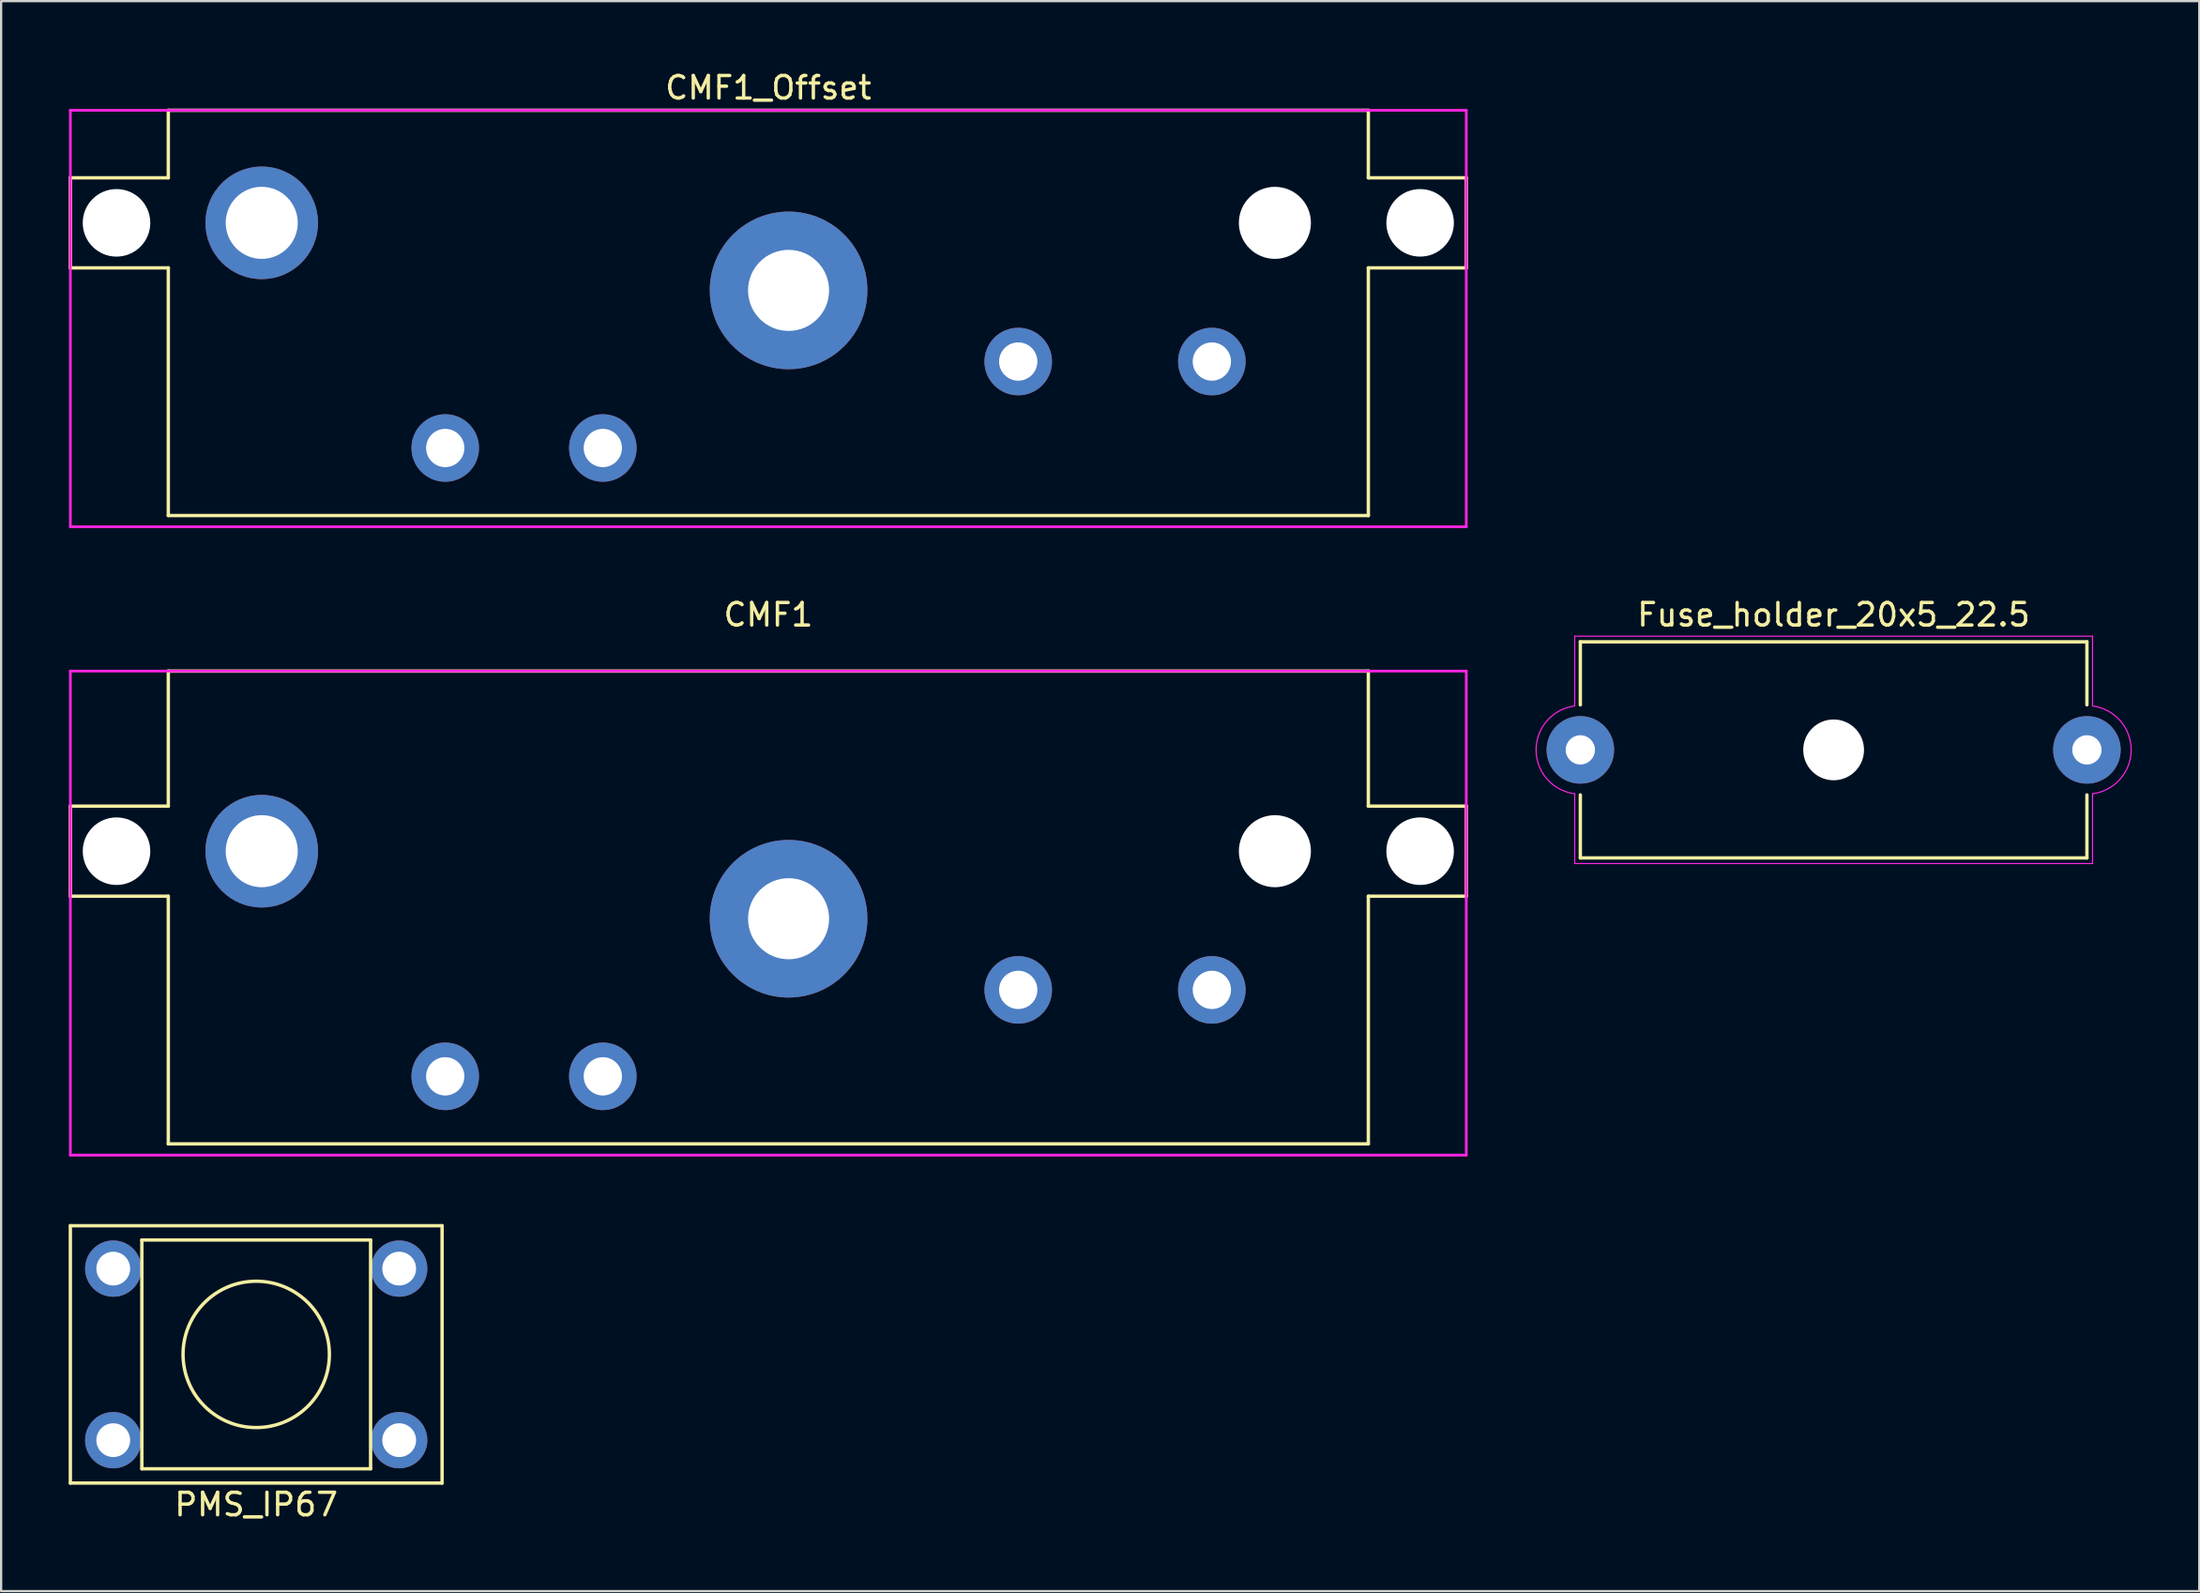
<source format=kicad_pcb>
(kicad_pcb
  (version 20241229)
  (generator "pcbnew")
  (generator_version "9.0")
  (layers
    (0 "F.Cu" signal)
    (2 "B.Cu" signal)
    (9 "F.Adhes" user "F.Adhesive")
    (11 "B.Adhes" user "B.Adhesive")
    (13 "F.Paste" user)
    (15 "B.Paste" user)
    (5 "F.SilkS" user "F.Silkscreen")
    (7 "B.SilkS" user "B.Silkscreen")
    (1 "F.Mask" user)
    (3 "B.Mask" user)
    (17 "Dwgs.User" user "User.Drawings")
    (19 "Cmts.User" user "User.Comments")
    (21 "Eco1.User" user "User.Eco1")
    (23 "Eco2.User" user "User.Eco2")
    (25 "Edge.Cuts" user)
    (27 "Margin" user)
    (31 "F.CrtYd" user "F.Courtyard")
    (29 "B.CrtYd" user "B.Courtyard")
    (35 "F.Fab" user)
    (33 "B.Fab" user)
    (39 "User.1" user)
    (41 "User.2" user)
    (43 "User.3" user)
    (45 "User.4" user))
  (footprint "CMF1_Offset"
    (layer "F.Cu")
    (at 31.075 1.848)
    (property "Reference" "CMF1_Offset" (at 0 -1 0) (layer "F.SilkS") (effects (font (size 1 1) (thickness 0.15))))
    (attr through_hole)
    (fp_line (start -31 3) (end -31 7) (stroke (width 0.15) (type solid)) (layer "F.SilkS"))
    (fp_line (start -31 3) (end -26.65 3) (stroke (width 0.15) (type solid)) (layer "F.SilkS"))
    (fp_line (start -31 7) (end -26.65 7) (stroke (width 0.15) (type solid)) (layer "F.SilkS"))
    (fp_line (start -26.65 0) (end -26.65 3) (stroke (width 0.15) (type solid)) (layer "F.SilkS"))
    (fp_line (start -26.65 0) (end 26.65 0) (stroke (width 0.15) (type solid)) (layer "F.SilkS"))
    (fp_line (start -26.65 7) (end -26.65 18) (stroke (width 0.15) (type solid)) (layer "F.SilkS"))
    (fp_line (start -26.65 18) (end 26.65 18) (stroke (width 0.15) (type solid)) (layer "F.SilkS"))
    (fp_line (start 26.65 0) (end 26.65 3) (stroke (width 0.15) (type solid)) (layer "F.SilkS"))
    (fp_line (start 26.65 7) (end 26.65 18) (stroke (width 0.15) (type solid)) (layer "F.SilkS"))
    (fp_line (start 31 3) (end 26.65 3) (stroke (width 0.15) (type solid)) (layer "F.SilkS"))
    (fp_line (start 31 3) (end 31 7) (stroke (width 0.15) (type solid)) (layer "F.SilkS"))
    (fp_line (start 31 7) (end 26.65 7) (stroke (width 0.15) (type solid)) (layer "F.SilkS"))
    (fp_line (start -31 0) (end 31 0) (stroke (width 0.12) (type solid)) (layer "F.CrtYd"))
    (fp_line (start -31 18.5) (end -31 0) (stroke (width 0.12) (type solid)) (layer "F.CrtYd"))
    (fp_line (start 31 0) (end 31 18.5) (stroke (width 0.12) (type solid)) (layer "F.CrtYd"))
    (fp_line (start 31 18.5) (end -31 18.5) (stroke (width 0.12) (type solid)) (layer "F.CrtYd"))
    (pad "" np_thru_hole circle (at -28.95 5) (size 3 3) (drill 3) (layers "*.Cu" "*.Mask"))
    (pad "" np_thru_hole circle (at -22.5 5) (size 5 5) (drill 3.2) (layers "*.Cu" "*.Mask"))
    (pad "" np_thru_hole circle (at 0.9 8) (size 7 7) (drill 3.6) (layers "*.Cu" "*.Mask"))
    (pad "" np_thru_hole circle (at 22.5 5) (size 3.2 3.2) (drill 3.2) (layers "*.Cu" "*.Mask"))
    (pad "" np_thru_hole circle (at 28.95 5) (size 3 3) (drill 3) (layers "*.Cu" "*.Mask"))
    (pad "1" thru_hole circle (at 11.1 11.16) (size 3 3) (drill 1.7) (layers "*.Cu" "*.Mask"))
    (pad "2" thru_hole circle (at 19.7 11.16) (size 3 3) (drill 1.7) (layers "*.Cu" "*.Mask"))
    (pad "3" thru_hole circle (at -14.35 15) (size 3 3) (drill 1.7) (layers "*.Cu" "*.Mask"))
    (pad "4" thru_hole circle (at -7.35 15) (size 3 3) (drill 1.7) (layers "*.Cu" "*.Mask")))
  (footprint "PMS_IP67"
    (layer "F.Cu")
    (at 8.33 57.106)
    (property "Reference" "PMS_IP67" (at 0 6.668 0) (layer "F.SilkS") (effects (font (size 1 1) (thickness 0.15))))
    (attr through_hole)
    (fp_line (start -8.255 -5.715) (end -8.255 5.715) (stroke (width 0.15) (type solid)) (layer "F.SilkS"))
    (fp_line (start -8.255 -5.715) (end 8.255 -5.715) (stroke (width 0.15) (type solid)) (layer "F.SilkS"))
    (fp_line (start -8.255 5.715) (end 8.255 5.715) (stroke (width 0.15) (type solid)) (layer "F.SilkS"))
    (fp_line (start -5.08 -5.08) (end -5.08 5.08) (stroke (width 0.15) (type solid)) (layer "F.SilkS"))
    (fp_line (start -5.08 -5.08) (end 5.08 -5.08) (stroke (width 0.15) (type solid)) (layer "F.SilkS"))
    (fp_line (start -5.08 5.08) (end 5.08 5.08) (stroke (width 0.15) (type solid)) (layer "F.SilkS"))
    (fp_line (start 5.08 -5.08) (end 5.08 5.08) (stroke (width 0.15) (type solid)) (layer "F.SilkS"))
    (fp_line (start 8.255 -5.715) (end 8.255 5.715) (stroke (width 0.15) (type solid)) (layer "F.SilkS"))
    (fp_circle (center 0 0) (end 3.25 0) (stroke (width 0.15) (type solid)) (fill no) (layer "F.SilkS"))
    (pad "1" thru_hole circle (at -6.35 -3.81) (size 2.5 2.5) (drill 1.5) (layers "*.Cu" "*.Mask"))
    (pad "2" thru_hole circle (at 6.35 -3.81) (size 2.5 2.5) (drill 1.5) (layers "*.Cu" "*.Mask"))
    (pad "3" thru_hole circle (at -6.35 3.81) (size 2.5 2.5) (drill 1.5) (layers "*.Cu" "*.Mask"))
    (pad "4" thru_hole circle (at 6.35 3.81) (size 2.5 2.5) (drill 1.5) (layers "*.Cu" "*.Mask")))
  (footprint "Fuse_holder_20x5_22.5"
    (layer "F.Cu")
    (at 67.141 30.256)
    (property "Reference" "Fuse_holder_20x5_22.5" (at 11.25 -6 0) (layer "F.SilkS") (effects (font (size 1 1) (thickness 0.15))))
    (attr through_hole)
    (fp_line (start 0 -4.8) (end 22.5 -4.8) (stroke (width 0.15) (type solid)) (layer "F.SilkS"))
    (fp_line (start 0 -2) (end 0 -4.8) (stroke (width 0.15) (type solid)) (layer "F.SilkS"))
    (fp_line (start 0 4.8) (end 0 2) (stroke (width 0.15) (type solid)) (layer "F.SilkS"))
    (fp_line (start 0 4.8) (end 22.5 4.8) (stroke (width 0.15) (type solid)) (layer "F.SilkS"))
    (fp_line (start 22.5 -2) (end 22.5 -4.8) (stroke (width 0.15) (type solid)) (layer "F.SilkS"))
    (fp_line (start 22.5 4.8) (end 22.5 2) (stroke (width 0.15) (type solid)) (layer "F.SilkS"))
    (fp_line (start -0.25 -5.05) (end 22.75 -5.05) (stroke (width 0.05) (type solid)) (layer "F.CrtYd"))
    (fp_line (start -0.25 -1.95) (end -0.25 -5.05) (stroke (width 0.05) (type solid)) (layer "F.CrtYd"))
    (fp_line (start -0.25 5.05) (end -0.25 1.95) (stroke (width 0.05) (type solid)) (layer "F.CrtYd"))
    (fp_line (start 22.75 -1.95) (end 22.75 -5.05) (stroke (width 0.05) (type solid)) (layer "F.CrtYd"))
    (fp_line (start 22.75 1.95) (end 22.75 5.05) (stroke (width 0.05) (type solid)) (layer "F.CrtYd"))
    (fp_line (start 22.75 5.05) (end -0.25 5.05) (stroke (width 0.05) (type solid)) (layer "F.CrtYd"))
    (fp_arc (start -0.25 1.95) (mid -1.96596 0.001518) (end -0.253011 -1.949612) (stroke (width 0.05) (type solid)) (layer "F.CrtYd"))
    (fp_arc (start 22.75 -1.95) (mid 24.46596 -0.001518) (end 22.753011 1.949612) (stroke (width 0.05) (type solid)) (layer "F.CrtYd"))
    (pad "" np_thru_hole circle (at 11.25 0) (size 2.7 2.7) (drill 2.7) (layers "*.Cu" "*.Mask"))
    (pad "1" thru_hole circle (at 0 0) (size 3 3) (drill 1.3) (layers "*.Cu" "*.Mask"))
    (pad "2" thru_hole circle (at 22.5 0) (size 3 3) (drill 1.3) (layers "*.Cu" "*.Mask")))
  (footprint "CMF1"
    (layer "F.Cu")
    (at 31.075 26.756)
    (property "Reference" "CMF1" (at 0 -2.5 0) (layer "F.SilkS") (effects (font (size 1 1) (thickness 0.15))))
    (attr through_hole)
    (fp_line (start -31 6) (end -31 10) (stroke (width 0.15) (type solid)) (layer "F.SilkS"))
    (fp_line (start -31 6) (end -26.65 6) (stroke (width 0.15) (type solid)) (layer "F.SilkS"))
    (fp_line (start -31 10) (end -26.65 10) (stroke (width 0.15) (type solid)) (layer "F.SilkS"))
    (fp_line (start -26.65 0) (end -26.65 6) (stroke (width 0.15) (type solid)) (layer "F.SilkS"))
    (fp_line (start -26.65 0) (end 26.65 0) (stroke (width 0.15) (type solid)) (layer "F.SilkS"))
    (fp_line (start -26.65 10) (end -26.65 21) (stroke (width 0.15) (type solid)) (layer "F.SilkS"))
    (fp_line (start -26.65 21) (end 26.65 21) (stroke (width 0.15) (type solid)) (layer "F.SilkS"))
    (fp_line (start 26.65 0) (end 26.65 6) (stroke (width 0.15) (type solid)) (layer "F.SilkS"))
    (fp_line (start 26.65 10) (end 26.65 21) (stroke (width 0.15) (type solid)) (layer "F.SilkS"))
    (fp_line (start 31 6) (end 26.65 6) (stroke (width 0.15) (type solid)) (layer "F.SilkS"))
    (fp_line (start 31 6) (end 31 10) (stroke (width 0.15) (type solid)) (layer "F.SilkS"))
    (fp_line (start 31 10) (end 26.65 10) (stroke (width 0.15) (type solid)) (layer "F.SilkS"))
    (fp_line (start -31 0) (end 31 0) (stroke (width 0.12) (type solid)) (layer "F.CrtYd"))
    (fp_line (start -31 21.5) (end -31 0) (stroke (width 0.12) (type solid)) (layer "F.CrtYd"))
    (fp_line (start 31 0) (end 31 21.5) (stroke (width 0.12) (type solid)) (layer "F.CrtYd"))
    (fp_line (start 31 21.5) (end -31 21.5) (stroke (width 0.12) (type solid)) (layer "F.CrtYd"))
    (pad "" np_thru_hole circle (at -28.95 8) (size 3 3) (drill 3) (layers "*.Cu" "*.Mask"))
    (pad "" np_thru_hole circle (at -22.5 8) (size 5 5) (drill 3.2) (layers "*.Cu" "*.Mask"))
    (pad "" np_thru_hole circle (at 0.9 11) (size 7 7) (drill 3.6) (layers "*.Cu" "*.Mask"))
    (pad "" np_thru_hole circle (at 22.5 8) (size 3.2 3.2) (drill 3.2) (layers "*.Cu" "*.Mask"))
    (pad "" np_thru_hole circle (at 28.95 8) (size 3 3) (drill 3) (layers "*.Cu" "*.Mask"))
    (pad "1" thru_hole circle (at 11.1 14.16) (size 3 3) (drill 1.7) (layers "*.Cu" "*.Mask"))
    (pad "2" thru_hole circle (at 19.7 14.16) (size 3 3) (drill 1.7) (layers "*.Cu" "*.Mask"))
    (pad "3" thru_hole circle (at -14.35 18) (size 3 3) (drill 1.7) (layers "*.Cu" "*.Mask"))
    (pad "4" thru_hole circle (at -7.35 18) (size 3 3) (drill 1.7) (layers "*.Cu" "*.Mask")))
  (gr_rect
    (start -3 -3)
    (end 94.632 67.622)
    (stroke (width 0.1) (type default))
    (fill no)
    (layer "Edge.Cuts")))
</source>
